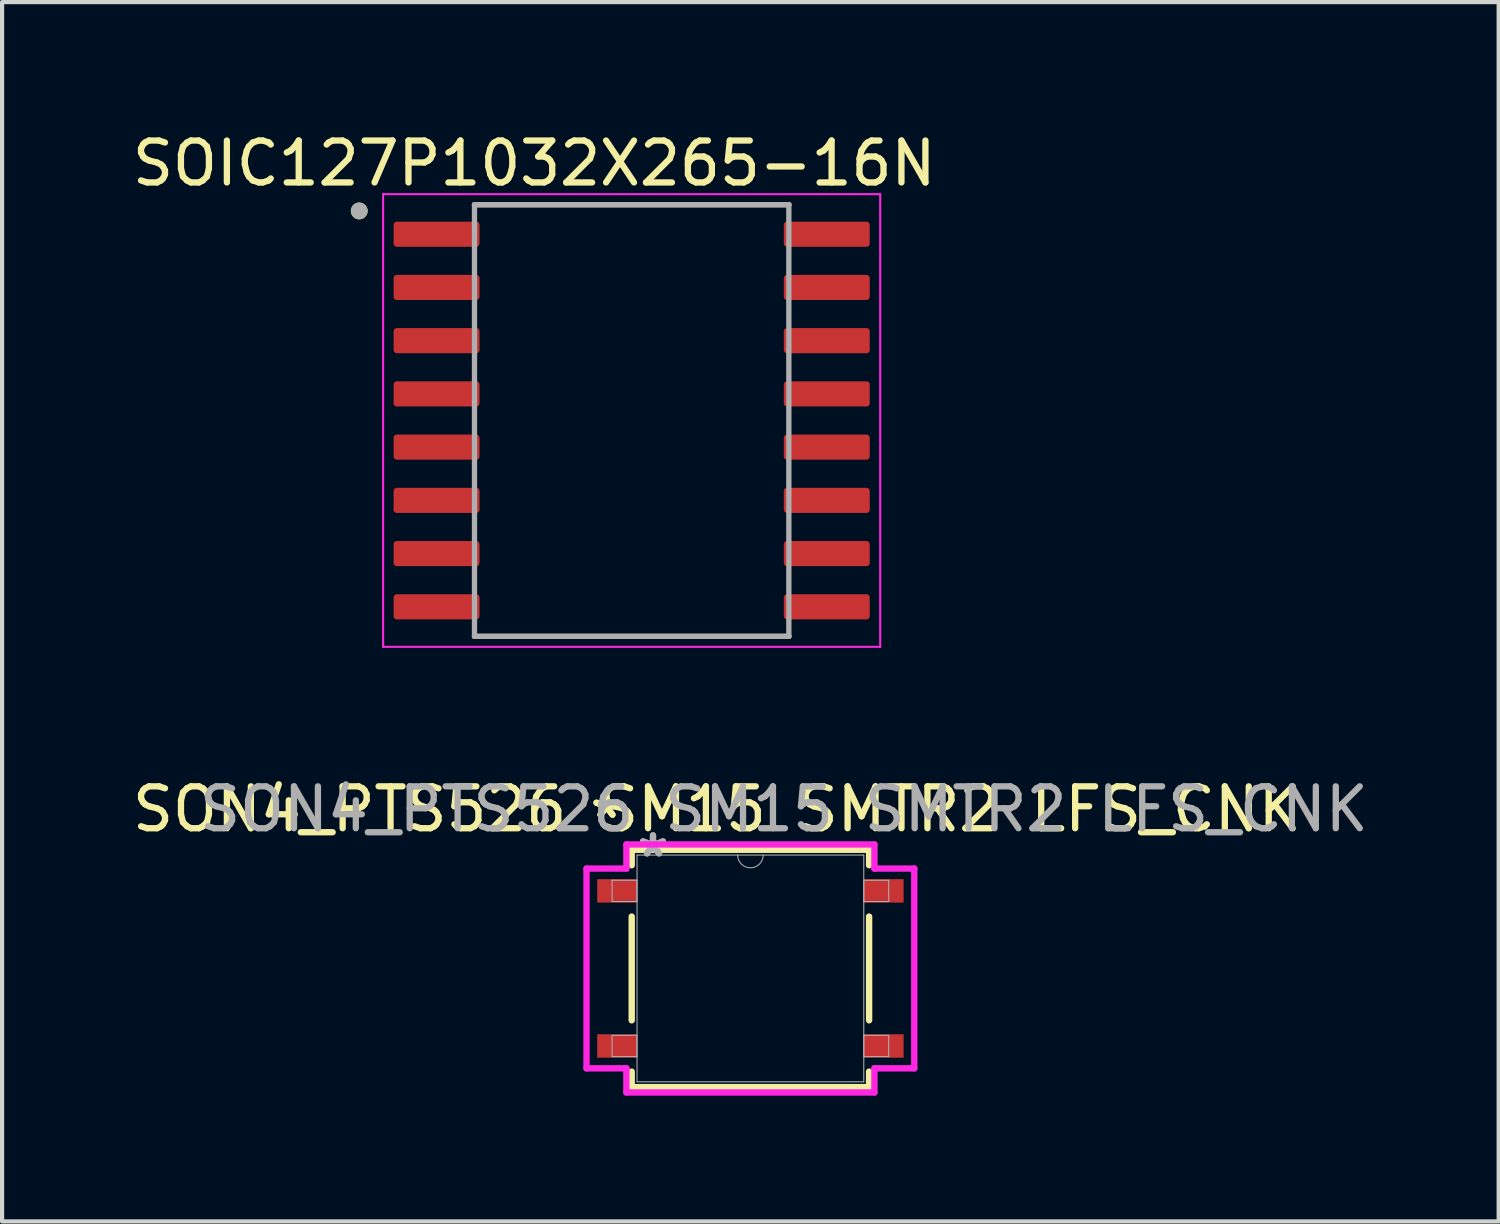
<source format=kicad_pcb>
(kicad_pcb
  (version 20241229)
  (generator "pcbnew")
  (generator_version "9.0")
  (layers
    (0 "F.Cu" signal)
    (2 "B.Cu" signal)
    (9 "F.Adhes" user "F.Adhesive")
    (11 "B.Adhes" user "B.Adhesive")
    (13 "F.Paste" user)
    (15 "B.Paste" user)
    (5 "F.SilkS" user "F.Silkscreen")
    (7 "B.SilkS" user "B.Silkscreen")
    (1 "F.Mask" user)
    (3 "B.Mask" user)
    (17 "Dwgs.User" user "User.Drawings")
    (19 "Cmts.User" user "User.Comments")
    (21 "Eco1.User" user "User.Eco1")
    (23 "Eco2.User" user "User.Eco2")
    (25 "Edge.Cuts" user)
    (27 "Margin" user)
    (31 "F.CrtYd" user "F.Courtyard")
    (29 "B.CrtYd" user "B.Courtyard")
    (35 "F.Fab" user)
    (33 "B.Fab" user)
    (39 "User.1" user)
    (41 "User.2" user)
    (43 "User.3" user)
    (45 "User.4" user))
  (footprint "SON4_PTS526 SM15 SMTR2 LFS_CNK"
    (layer "F.Cu")
    (at 14.854 20.056)
    (property "Reference" "SON4_PTS526 SM15 SMTR2 LFS_CNK" (at -0.8 -3.8 0) (unlocked yes) (layer "F.SilkS") (effects (font (size 1 1) (thickness 0.15))))
    (attr smd)
    (fp_line (start -2.832 -2.832) (end -2.832 -2.462) (stroke (width 0.152) (type solid)) (layer "F.SilkS"))
    (fp_line (start -2.832 -1.238) (end -2.832 1.238) (stroke (width 0.152) (type solid)) (layer "F.SilkS"))
    (fp_line (start -2.832 2.462) (end -2.832 2.832) (stroke (width 0.152) (type solid)) (layer "F.SilkS"))
    (fp_line (start -2.832 2.832) (end 2.832 2.832) (stroke (width 0.152) (type solid)) (layer "F.SilkS"))
    (fp_line (start 2.832 -2.832) (end -2.832 -2.832) (stroke (width 0.152) (type solid)) (layer "F.SilkS"))
    (fp_line (start 2.832 -2.462) (end 2.832 -2.832) (stroke (width 0.152) (type solid)) (layer "F.SilkS"))
    (fp_line (start 2.832 1.238) (end 2.832 -1.238) (stroke (width 0.152) (type solid)) (layer "F.SilkS"))
    (fp_line (start 2.832 2.832) (end 2.832 2.462) (stroke (width 0.152) (type solid)) (layer "F.SilkS"))
    (fp_line (start -3.91 -2.383) (end -2.959 -2.383) (stroke (width 0.152) (type solid)) (layer "F.CrtYd"))
    (fp_line (start -3.91 2.383) (end -3.91 -2.383) (stroke (width 0.152) (type solid)) (layer "F.CrtYd"))
    (fp_line (start -3.91 2.383) (end -2.959 2.383) (stroke (width 0.152) (type solid)) (layer "F.CrtYd"))
    (fp_line (start -2.959 -2.959) (end 2.959 -2.959) (stroke (width 0.152) (type solid)) (layer "F.CrtYd"))
    (fp_line (start -2.959 -2.383) (end -2.959 -2.959) (stroke (width 0.152) (type solid)) (layer "F.CrtYd"))
    (fp_line (start -2.959 2.959) (end -2.959 2.383) (stroke (width 0.152) (type solid)) (layer "F.CrtYd"))
    (fp_line (start 2.959 -2.959) (end 2.959 -2.383) (stroke (width 0.152) (type solid)) (layer "F.CrtYd"))
    (fp_line (start 2.959 2.383) (end 2.959 2.959) (stroke (width 0.152) (type solid)) (layer "F.CrtYd"))
    (fp_line (start 2.959 2.959) (end -2.959 2.959) (stroke (width 0.152) (type solid)) (layer "F.CrtYd"))
    (fp_line (start 3.91 -2.383) (end 2.959 -2.383) (stroke (width 0.152) (type solid)) (layer "F.CrtYd"))
    (fp_line (start 3.91 -2.383) (end 3.91 2.383) (stroke (width 0.152) (type solid)) (layer "F.CrtYd"))
    (fp_line (start 3.91 2.383) (end 2.959 2.383) (stroke (width 0.152) (type solid)) (layer "F.CrtYd"))
    (fp_line (start -3.3 -2.104) (end -3.3 -1.596) (stroke (width 0.025) (type solid)) (layer "F.Fab"))
    (fp_line (start -3.3 -1.596) (end -2.705 -1.596) (stroke (width 0.025) (type solid)) (layer "F.Fab"))
    (fp_line (start -3.3 1.596) (end -3.3 2.104) (stroke (width 0.025) (type solid)) (layer "F.Fab"))
    (fp_line (start -3.3 2.104) (end -2.705 2.104) (stroke (width 0.025) (type solid)) (layer "F.Fab"))
    (fp_line (start -2.705 -2.705) (end -2.705 2.705) (stroke (width 0.025) (type solid)) (layer "F.Fab"))
    (fp_line (start -2.705 -2.104) (end -3.3 -2.104) (stroke (width 0.025) (type solid)) (layer "F.Fab"))
    (fp_line (start -2.705 -1.596) (end -2.705 -2.104) (stroke (width 0.025) (type solid)) (layer "F.Fab"))
    (fp_line (start -2.705 1.596) (end -3.3 1.596) (stroke (width 0.025) (type solid)) (layer "F.Fab"))
    (fp_line (start -2.705 2.104) (end -2.705 1.596) (stroke (width 0.025) (type solid)) (layer "F.Fab"))
    (fp_line (start -2.705 2.705) (end 2.705 2.705) (stroke (width 0.025) (type solid)) (layer "F.Fab"))
    (fp_line (start 2.705 -2.705) (end -2.705 -2.705) (stroke (width 0.025) (type solid)) (layer "F.Fab"))
    (fp_line (start 2.705 -2.104) (end 2.705 -1.596) (stroke (width 0.025) (type solid)) (layer "F.Fab"))
    (fp_line (start 2.705 -1.596) (end 3.3 -1.596) (stroke (width 0.025) (type solid)) (layer "F.Fab"))
    (fp_line (start 2.705 1.596) (end 2.705 2.104) (stroke (width 0.025) (type solid)) (layer "F.Fab"))
    (fp_line (start 2.705 2.104) (end 3.3 2.104) (stroke (width 0.025) (type solid)) (layer "F.Fab"))
    (fp_line (start 2.705 2.705) (end 2.705 -2.705) (stroke (width 0.025) (type solid)) (layer "F.Fab"))
    (fp_line (start 3.3 -2.104) (end 2.705 -2.104) (stroke (width 0.025) (type solid)) (layer "F.Fab"))
    (fp_line (start 3.3 -1.596) (end 3.3 -2.104) (stroke (width 0.025) (type solid)) (layer "F.Fab"))
    (fp_line (start 3.3 1.596) (end 2.705 1.596) (stroke (width 0.025) (type solid)) (layer "F.Fab"))
    (fp_line (start 3.3 2.104) (end 3.3 1.596) (stroke (width 0.025) (type solid)) (layer "F.Fab"))
    (fp_arc (start 0.3048 -2.7051) (mid 0 -2.4003) (end -0.3048 -2.7051) (stroke (width 0.0254) (type solid)) (layer "F.Fab"))
    (fp_text user "*" (at -3.434 -3.552 0) (unlocked yes) (layer "F.SilkS") (effects (font (size 1 1) (thickness 0.15))))
    (fp_text user "*" (at -3.434 -3.552 0) (layer "F.SilkS") (effects (font (size 1 1) (thickness 0.15))))
    (fp_text user "${REFERENCE}" (at 0.8 -3.8 0) (unlocked yes) (layer "F.Fab") (effects (font (size 1 1) (thickness 0.15))))
    (fp_text user "*" (at -2.324 -2.629 0) (layer "F.Fab") (effects (font (size 1 1) (thickness 0.15))))
    (fp_text user "*" (at -2.324 -2.629 0) (unlocked yes) (layer "F.Fab") (effects (font (size 1 1) (thickness 0.15))))
    (pad "1" smd rect (at -3.18 -1.85) (size 0.951 0.559) (layers "F.Cu" "F.Mask" "F.Paste"))
    (pad "2" smd rect (at 3.18 -1.85) (size 0.951 0.559) (layers "F.Cu" "F.Mask" "F.Paste"))
    (pad "3" smd rect (at -3.18 1.85) (size 0.951 0.559) (layers "F.Cu" "F.Mask" "F.Paste"))
    (pad "4" smd rect (at 3.18 1.85) (size 0.951 0.559) (layers "F.Cu" "F.Mask" "F.Paste")))
  (footprint "SOIC127P1032X265-16N"
    (layer "F.Cu")
    (at 12.021 6.983)
    (property "Reference" "SOIC127P1032X265-16N" (at -2.325 -6.135 0) (layer "F.SilkS") (effects (font (size 1 1) (thickness 0.15))))
    (attr smd)
    (fp_line (start -3.75 -5.15) (end 3.75 -5.15) (stroke (width 0.127) (type solid)) (layer "F.SilkS"))
    (fp_line (start -3.75 5.15) (end 3.75 5.15) (stroke (width 0.127) (type solid)) (layer "F.SilkS"))
    (fp_circle (center -6.5 -5) (end -6.4 -5) (stroke (width 0.2) (type solid)) (fill no) (layer "F.SilkS"))
    (fp_line (start -5.93 -5.4) (end -5.93 5.4) (stroke (width 0.05) (type solid)) (layer "F.CrtYd"))
    (fp_line (start -5.93 -5.4) (end 5.93 -5.4) (stroke (width 0.05) (type solid)) (layer "F.CrtYd"))
    (fp_line (start -5.93 5.4) (end 5.93 5.4) (stroke (width 0.05) (type solid)) (layer "F.CrtYd"))
    (fp_line (start 5.93 -5.4) (end 5.93 5.4) (stroke (width 0.05) (type solid)) (layer "F.CrtYd"))
    (fp_line (start -3.75 -5.15) (end -3.75 5.15) (stroke (width 0.127) (type solid)) (layer "F.Fab"))
    (fp_line (start -3.75 -5.15) (end 3.75 -5.15) (stroke (width 0.127) (type solid)) (layer "F.Fab"))
    (fp_line (start -3.75 5.15) (end 3.75 5.15) (stroke (width 0.127) (type solid)) (layer "F.Fab"))
    (fp_line (start 3.75 -5.15) (end 3.75 5.15) (stroke (width 0.127) (type solid)) (layer "F.Fab"))
    (fp_circle (center -6.5 -5) (end -6.4 -5) (stroke (width 0.2) (type solid)) (fill no) (layer "F.Fab"))
    (pad "1" smd roundrect (at -4.655 -4.445) (size 2.05 0.6) (layers "F.Cu" "F.Mask" "F.Paste") (roundrect_rratio 0.125))
    (pad "2" smd roundrect (at -4.655 -3.175) (size 2.05 0.6) (layers "F.Cu" "F.Mask" "F.Paste") (roundrect_rratio 0.125))
    (pad "3" smd roundrect (at -4.655 -1.905) (size 2.05 0.6) (layers "F.Cu" "F.Mask" "F.Paste") (roundrect_rratio 0.125))
    (pad "4" smd roundrect (at -4.655 -0.635) (size 2.05 0.6) (layers "F.Cu" "F.Mask" "F.Paste") (roundrect_rratio 0.125))
    (pad "5" smd roundrect (at -4.655 0.635) (size 2.05 0.6) (layers "F.Cu" "F.Mask" "F.Paste") (roundrect_rratio 0.125))
    (pad "6" smd roundrect (at -4.655 1.905) (size 2.05 0.6) (layers "F.Cu" "F.Mask" "F.Paste") (roundrect_rratio 0.125))
    (pad "7" smd roundrect (at -4.655 3.175) (size 2.05 0.6) (layers "F.Cu" "F.Mask" "F.Paste") (roundrect_rratio 0.125))
    (pad "8" smd roundrect (at -4.655 4.445) (size 2.05 0.6) (layers "F.Cu" "F.Mask" "F.Paste") (roundrect_rratio 0.125))
    (pad "9" smd roundrect (at 4.655 4.445) (size 2.05 0.6) (layers "F.Cu" "F.Mask" "F.Paste") (roundrect_rratio 0.125))
    (pad "10" smd roundrect (at 4.655 3.175) (size 2.05 0.6) (layers "F.Cu" "F.Mask" "F.Paste") (roundrect_rratio 0.125))
    (pad "11" smd roundrect (at 4.655 1.905) (size 2.05 0.6) (layers "F.Cu" "F.Mask" "F.Paste") (roundrect_rratio 0.125))
    (pad "12" smd roundrect (at 4.655 0.635) (size 2.05 0.6) (layers "F.Cu" "F.Mask" "F.Paste") (roundrect_rratio 0.125))
    (pad "13" smd roundrect (at 4.655 -0.635) (size 2.05 0.6) (layers "F.Cu" "F.Mask" "F.Paste") (roundrect_rratio 0.125))
    (pad "14" smd roundrect (at 4.655 -1.905) (size 2.05 0.6) (layers "F.Cu" "F.Mask" "F.Paste") (roundrect_rratio 0.125))
    (pad "15" smd roundrect (at 4.655 -3.175) (size 2.05 0.6) (layers "F.Cu" "F.Mask" "F.Paste") (roundrect_rratio 0.125))
    (pad "16" smd roundrect (at 4.655 -4.445) (size 2.05 0.6) (layers "F.Cu" "F.Mask" "F.Paste") (roundrect_rratio 0.125)))
  (gr_rect
    (start -3 -3)
    (end 32.707 26.092)
    (stroke (width 0.1) (type default))
    (fill no)
    (layer "Edge.Cuts")))
</source>
